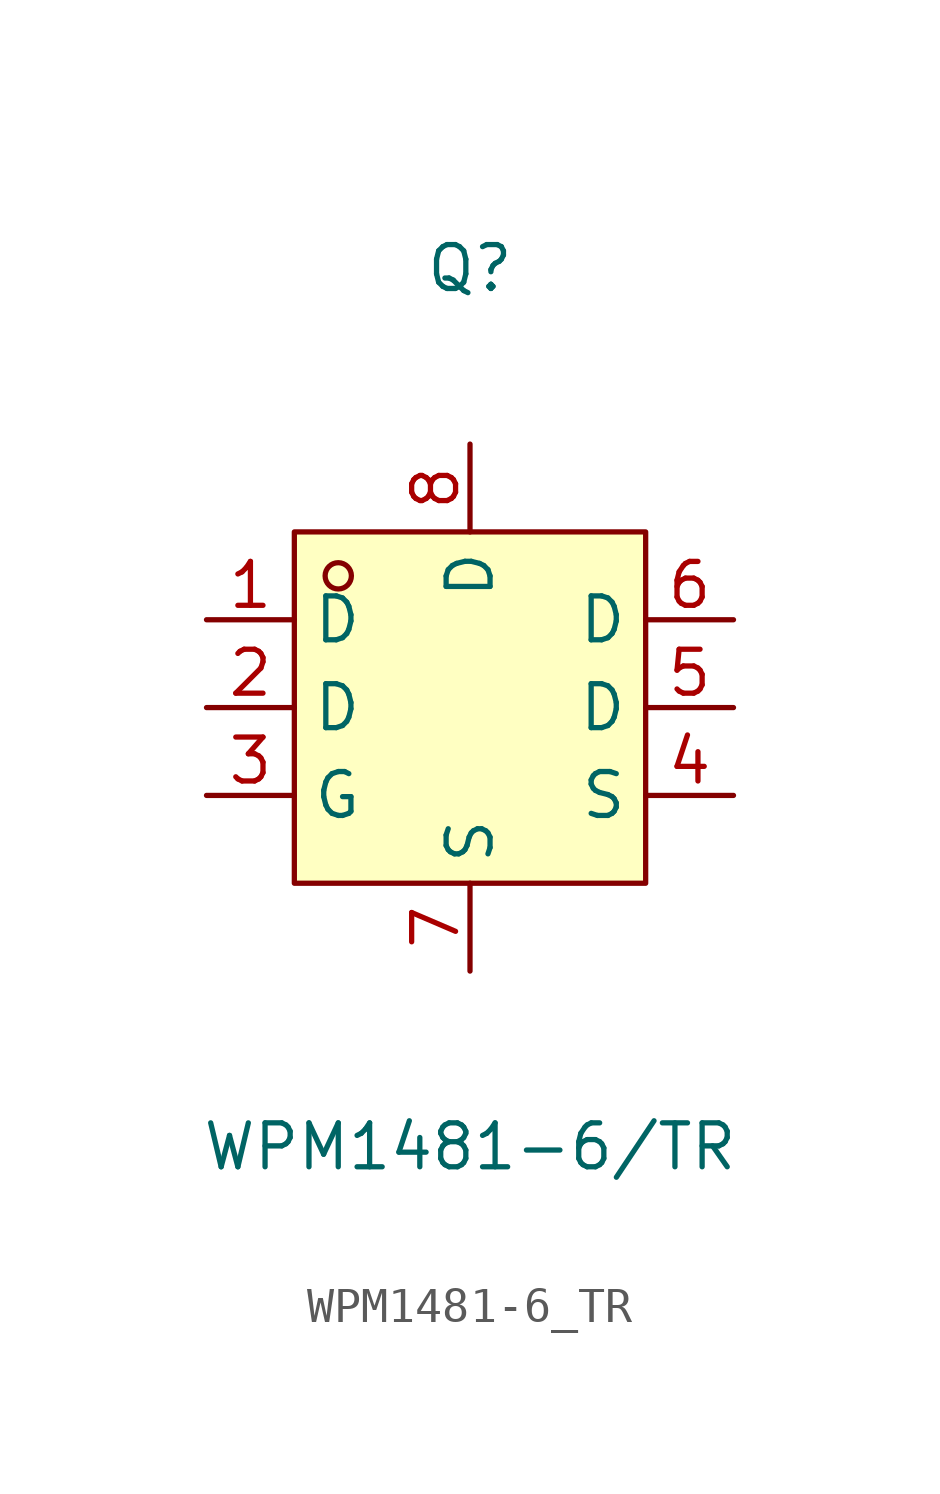
<source format=kicad_sym>
(kicad_symbol_lib
  (version 20211014)
  (generator https://github.com/uPesy/easyeda2kicad.py)
  (symbol "WPM1481-6_TR"
    (property "Reference" "Q"
      (at 0 12.70 0)
      (effects (font (size 1.27 1.27))))
    (property "Value" "WPM1481-6/TR"
      (at 0 -12.70 0)
      (effects (font (size 1.27 1.27))))
    (symbol "WPM1481-6_TR_0_1"
      (rectangle (start -5.08 5.08) (end 5.08 -5.08) (stroke (width 0) (type default) (color 0 0 0 0)) (fill (type background)))
      (circle (center -3.81 3.81) (radius 0.38) (stroke (width 0) (type default) (color 0 0 0 0)) (fill (type none)))
      (pin unspecified line (at -7.62 2.54 0) (length 2.54) (name "D" (effects (font (size 1.27 1.27)))) (number "1" (effects (font (size 1.27 1.27)))))
      (pin unspecified line (at -7.62 -0.00 0) (length 2.54) (name "D" (effects (font (size 1.27 1.27)))) (number "2" (effects (font (size 1.27 1.27)))))
      (pin unspecified line (at -7.62 -2.54 0) (length 2.54) (name "G" (effects (font (size 1.27 1.27)))) (number "3" (effects (font (size 1.27 1.27)))))
      (pin unspecified line (at 7.62 -2.54 180) (length 2.54) (name "S" (effects (font (size 1.27 1.27)))) (number "4" (effects (font (size 1.27 1.27)))))
      (pin unspecified line (at 7.62 -0.00 180) (length 2.54) (name "D" (effects (font (size 1.27 1.27)))) (number "5" (effects (font (size 1.27 1.27)))))
      (pin unspecified line (at 7.62 2.54 180) (length 2.54) (name "D" (effects (font (size 1.27 1.27)))) (number "6" (effects (font (size 1.27 1.27)))))
      (pin unspecified line (at 0.00 7.62 270) (length 2.54) (name "D" (effects (font (size 1.27 1.27)))) (number "8" (effects (font (size 1.27 1.27)))))
      (pin unspecified line (at 0.00 -7.62 90) (length 2.54) (name "S" (effects (font (size 1.27 1.27)))) (number "7" (effects (font (size 1.27 1.27))))))))
</source>
